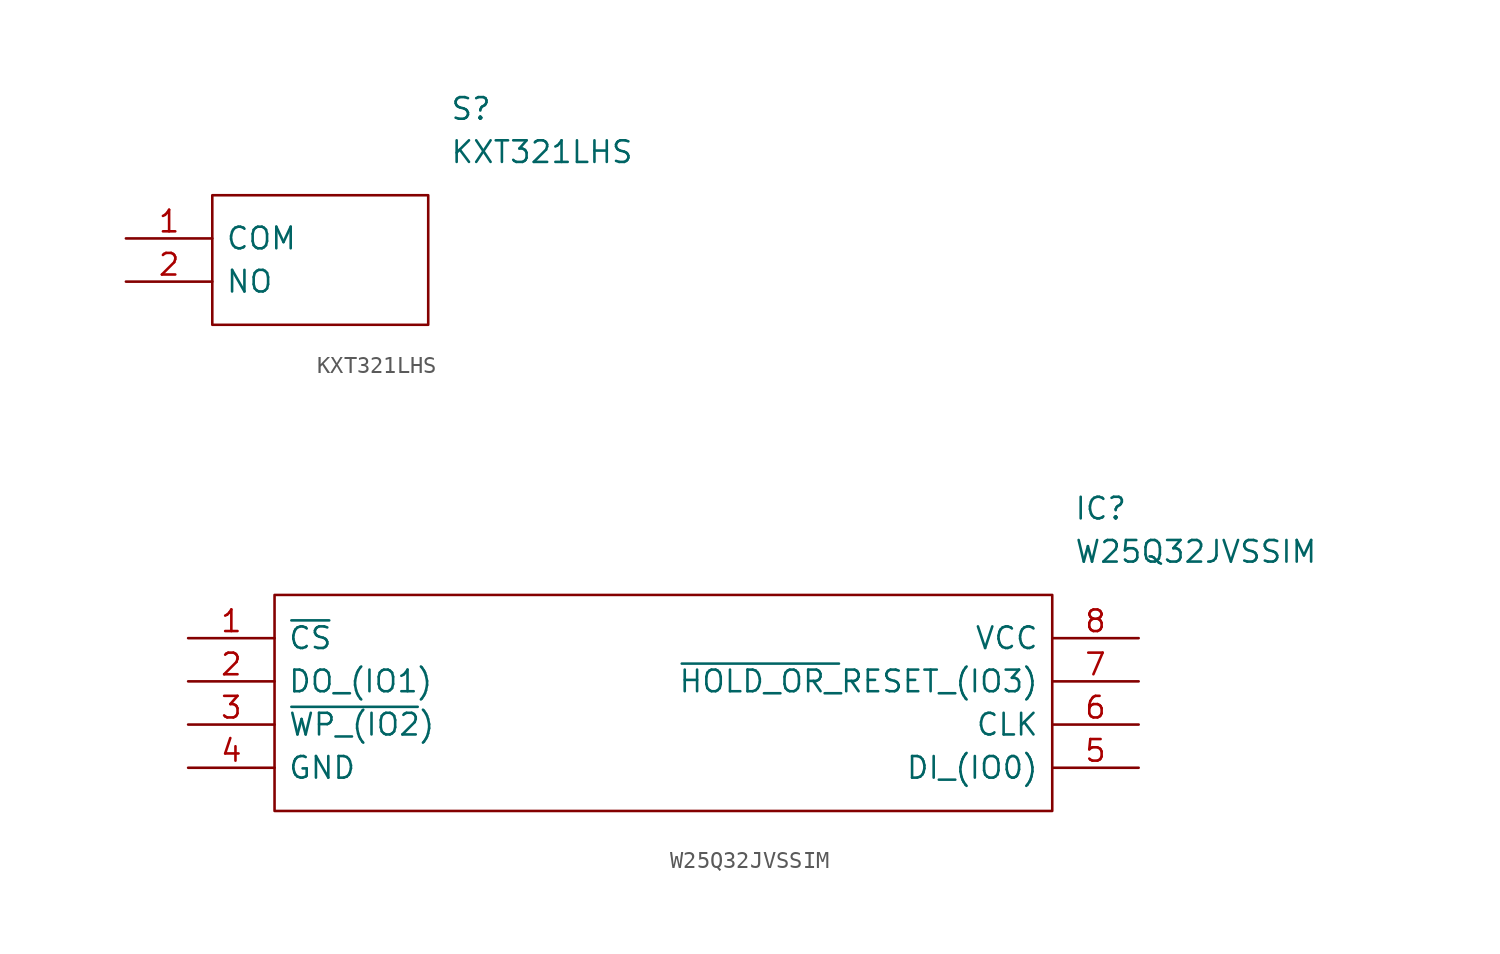
<source format=kicad_sym>
(kicad_symbol_lib
  (version 20211014)
  (generator kicad_symbol_editor)
  (symbol "KXT321LHS"
    (pin_names
      (offset 0.762))
    (property "Reference" "S"
      (at 19.05 7.62 0)
      (effects (font (size 1.27 1.27)) (justify left)))
    (property "Value" "KXT321LHS"
      (at 19.05 5.08 0)
      (effects (font (size 1.27 1.27)) (justify left)))
    (symbol "KXT321LHS_0_0"
      (pin passive line (at 0 0 0) (length 5.08) (name "COM" (effects (font (size 1.27 1.27)))) (number "1" (effects (font (size 1.27 1.27)))))
      (pin passive line (at 0 -2.54 0) (length 5.08) (name "NO" (effects (font (size 1.27 1.27)))) (number "2" (effects (font (size 1.27 1.27))))))
    (symbol "KXT321LHS_0_1"
      (polyline (pts (xy 5.08 2.54) (xy 17.78 2.54) (xy 17.78 -5.08) (xy 5.08 -5.08) (xy 5.08 2.54)) (stroke (width 0.152) (type default) (color 0 0 0 0)) (fill (type none)))))
  (symbol "W25Q32JVSSIM"
    (pin_names
      (offset 0.762))
    (property "Reference" "IC"
      (at 52.07 7.62 0)
      (effects (font (size 1.27 1.27)) (justify left)))
    (property "Value" "W25Q32JVSSIM"
      (at 52.07 5.08 0)
      (effects (font (size 1.27 1.27)) (justify left)))
    (symbol "W25Q32JVSSIM_0_0"
      (pin passive line (at 0 0 0) (length 5.08) (name "~{CS}" (effects (font (size 1.27 1.27)))) (number "1" (effects (font (size 1.27 1.27)))))
      (pin passive line (at 0 -2.54 0) (length 5.08) (name "DO_(IO1)" (effects (font (size 1.27 1.27)))) (number "2" (effects (font (size 1.27 1.27)))))
      (pin passive line (at 0 -5.08 0) (length 5.08) (name "~{WP_(IO2})" (effects (font (size 1.27 1.27)))) (number "3" (effects (font (size 1.27 1.27)))))
      (pin passive line (at 0 -7.62 0) (length 5.08) (name "GND" (effects (font (size 1.27 1.27)))) (number "4" (effects (font (size 1.27 1.27)))))
      (pin passive line (at 55.88 -7.62 180) (length 5.08) (name "DI_(IO0)" (effects (font (size 1.27 1.27)))) (number "5" (effects (font (size 1.27 1.27)))))
      (pin passive line (at 55.88 -5.08 180) (length 5.08) (name "CLK" (effects (font (size 1.27 1.27)))) (number "6" (effects (font (size 1.27 1.27)))))
      (pin passive line (at 55.88 -2.54 180) (length 5.08) (name "~{HOLD_OR_}RESET_(IO3)" (effects (font (size 1.27 1.27)))) (number "7" (effects (font (size 1.27 1.27)))))
      (pin passive line (at 55.88 0 180) (length 5.08) (name "VCC" (effects (font (size 1.27 1.27)))) (number "8" (effects (font (size 1.27 1.27))))))
    (symbol "W25Q32JVSSIM_0_1"
      (polyline (pts (xy 5.08 2.54) (xy 50.8 2.54) (xy 50.8 -10.16) (xy 5.08 -10.16) (xy 5.08 2.54)) (stroke (width 0.152) (type default) (color 0 0 0 0)) (fill (type none))))))
</source>
